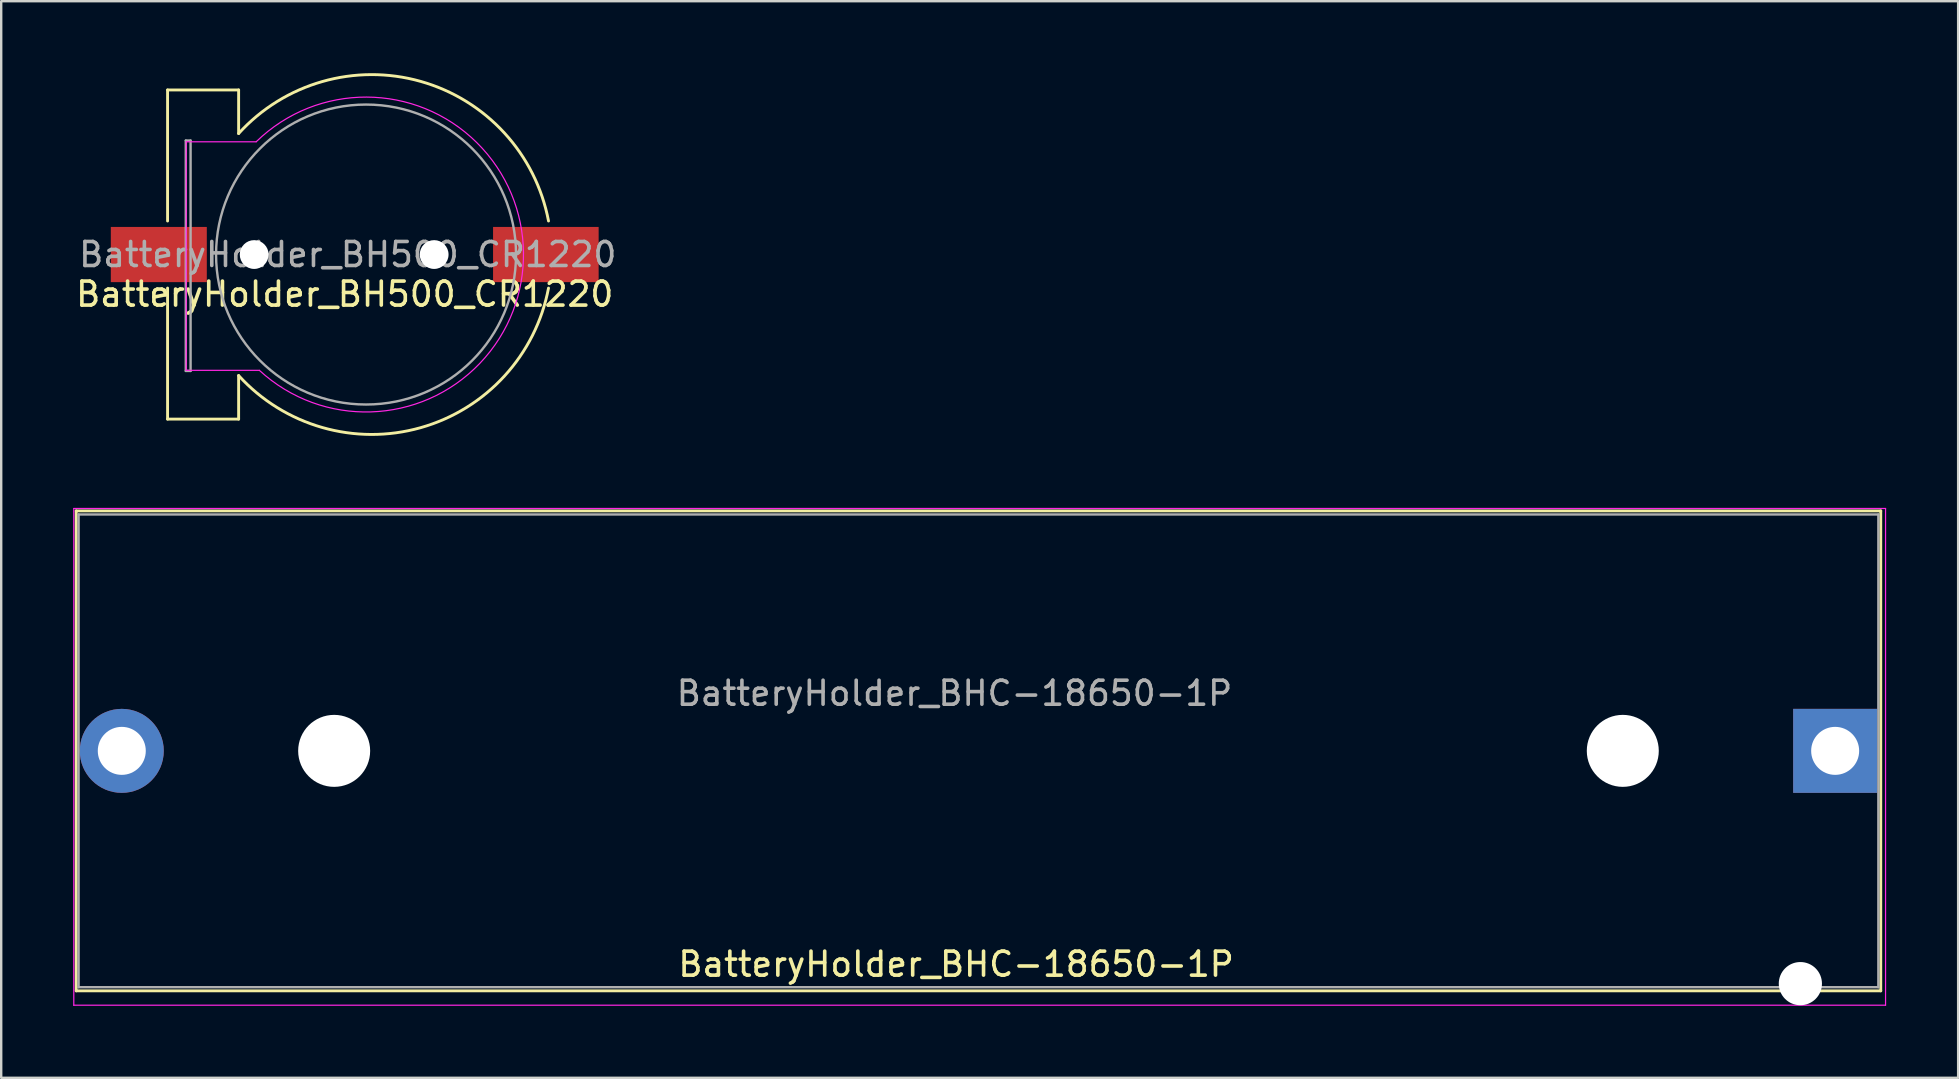
<source format=kicad_pcb>
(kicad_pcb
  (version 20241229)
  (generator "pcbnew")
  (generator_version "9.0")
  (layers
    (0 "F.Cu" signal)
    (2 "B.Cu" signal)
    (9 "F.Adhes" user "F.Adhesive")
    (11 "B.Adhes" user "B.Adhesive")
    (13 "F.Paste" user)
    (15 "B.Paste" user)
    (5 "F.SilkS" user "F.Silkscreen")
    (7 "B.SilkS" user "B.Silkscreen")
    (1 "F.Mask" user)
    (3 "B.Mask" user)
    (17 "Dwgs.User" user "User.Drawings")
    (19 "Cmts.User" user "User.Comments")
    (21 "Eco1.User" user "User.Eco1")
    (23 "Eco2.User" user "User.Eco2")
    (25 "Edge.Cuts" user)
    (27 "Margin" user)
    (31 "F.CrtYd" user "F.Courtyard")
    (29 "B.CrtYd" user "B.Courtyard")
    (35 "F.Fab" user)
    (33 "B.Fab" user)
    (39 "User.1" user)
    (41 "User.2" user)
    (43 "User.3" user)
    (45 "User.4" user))
  (footprint "BatteryHolder_BH500_CR1220"
    (layer "F.Cu")
    (at 11.742 7.557)
    (property "Reference" "BatteryHolder_BH500_CR1220" (at -0.427 1.651 0) (layer "F.SilkS") (effects (font (size 1 1) (thickness 0.15))))
    (attr smd)
    (fp_line (start -7.809 -6.858) (end -7.809 -1.397) (stroke (width 0.12) (type solid)) (layer "F.SilkS"))
    (fp_line (start -7.809 1.397) (end -7.809 6.858) (stroke (width 0.12) (type solid)) (layer "F.SilkS"))
    (fp_line (start -4.848 -6.858) (end -7.809 -6.858) (stroke (width 0.12) (type solid)) (layer "F.SilkS"))
    (fp_line (start -4.848 -5.043) (end -4.848 -6.858) (stroke (width 0.12) (type solid)) (layer "F.SilkS"))
    (fp_line (start -4.848 6.858) (end -7.809 6.858) (stroke (width 0.12) (type solid)) (layer "F.SilkS"))
    (fp_line (start -4.848 6.858) (end -4.848 5.043) (stroke (width 0.12) (type solid)) (layer "F.SilkS"))
    (fp_arc (start -4.847555 -5.043232) (mid 2.737263 -7.2152) (end 8.065999 -1.396999) (stroke (width 0.12) (type solid)) (layer "F.SilkS"))
    (fp_arc (start 8.065999 1.397) (mid 2.737262 7.2152) (end -4.847555 5.043232) (stroke (width 0.12) (type solid)) (layer "F.SilkS"))
    (fp_line (start -7.031 -4.699) (end -4.117 -4.699) (stroke (width 0.05) (type solid)) (layer "F.CrtYd"))
    (fp_line (start -7.031 4.826) (end -7.031 -4.699) (stroke (width 0.05) (type solid)) (layer "F.CrtYd"))
    (fp_line (start -7.031 4.826) (end -3.983 4.826) (stroke (width 0.05) (type solid)) (layer "F.CrtYd"))
    (fp_arc (start -4.116558 -4.69948) (mid 7.022476 -0.091985) (end -3.983 4.826) (stroke (width 0.05) (type solid)) (layer "F.CrtYd"))
    (fp_line (start -7.05 -4.75) (end -6.85 -4.75) (stroke (width 0.1) (type solid)) (layer "F.Fab"))
    (fp_line (start -7.05 4.85) (end -7.05 -4.75) (stroke (width 0.1) (type solid)) (layer "F.Fab"))
    (fp_line (start -7.05 4.85) (end -6.85 4.85) (stroke (width 0.1) (type solid)) (layer "F.Fab"))
    (fp_line (start -6.85 4.85) (end -6.85 -4.75) (stroke (width 0.1) (type solid)) (layer "F.Fab"))
    (fp_circle (center 0.462 0) (end -5.788 0) (stroke (width 0.1) (type solid)) (fill no) (layer "F.Fab"))
    (fp_text user "${REFERENCE}" (at -0.3 0 0) (layer "F.Fab") (effects (font (size 1 1) (thickness 0.15))))
    (pad "" np_thru_hole circle (at -4.2 0) (size 1.2 1.2) (drill 1.2) (layers "*.Cu" "*.Mask"))
    (pad "" np_thru_hole circle (at 3.3 0) (size 1.2 1.2) (drill 1.2) (layers "*.Cu" "*.Mask"))
    (pad "1" smd rect (at -8.174 0) (size 4 2.3) (layers "F.Cu" "F.Mask" "F.Paste"))
    (pad "2" smd rect (at 7.955 0) (size 4.4 2.3) (layers "F.Cu" "F.Mask" "F.Paste")))
  (footprint "BatteryHolder_BHC-18650-1P"
    (layer "F.Cu")
    (at 37.725 28.24)
    (property "Reference" "BatteryHolder_BHC-18650-1P" (at -0.932 8.89 0) (layer "F.SilkS") (effects (font (size 1 1) (thickness 0.15))))
    (attr through_hole)
    (fp_line (start -37.6 -10) (end 37.6 -10) (stroke (width 0.12) (type solid)) (layer "F.SilkS"))
    (fp_line (start -37.6 10) (end -37.6 -10) (stroke (width 0.12) (type solid)) (layer "F.SilkS"))
    (fp_line (start 37.6 -10) (end 37.6 10) (stroke (width 0.12) (type solid)) (layer "F.SilkS"))
    (fp_line (start 37.6 10) (end -37.6 10) (stroke (width 0.12) (type solid)) (layer "F.SilkS"))
    (fp_line (start -37.7 -10.1) (end 37.8 -10.1) (stroke (width 0.05) (type solid)) (layer "F.CrtYd"))
    (fp_line (start -37.7 10.6) (end -37.7 -10.1) (stroke (width 0.05) (type solid)) (layer "F.CrtYd"))
    (fp_line (start 37.8 -10.1) (end 37.8 10.6) (stroke (width 0.05) (type solid)) (layer "F.CrtYd"))
    (fp_line (start 37.8 10.6) (end -37.7 10.6) (stroke (width 0.05) (type solid)) (layer "F.CrtYd"))
    (fp_line (start -37.5 -9.85) (end 37.5 -9.85) (stroke (width 0.1) (type solid)) (layer "F.Fab"))
    (fp_line (start -37.5 9.85) (end -37.5 -9.85) (stroke (width 0.1) (type solid)) (layer "F.Fab"))
    (fp_line (start 37.5 -9.85) (end 37.5 9.85) (stroke (width 0.1) (type solid)) (layer "F.Fab"))
    (fp_line (start 37.5 9.85) (end -37.5 9.85) (stroke (width 0.1) (type solid)) (layer "F.Fab"))
    (fp_text user "${REFERENCE}" (at -1 -2.4 0) (layer "F.Fab") (effects (font (size 1 1) (thickness 0.15))))
    (pad "" np_thru_hole circle (at -26.85 0) (size 3 3) (drill 3) (layers "*.Cu" "*.Mask"))
    (pad "" np_thru_hole circle (at 26.85 0) (size 3 3) (drill 3) (layers "*.Cu" "*.Mask"))
    (pad "" np_thru_hole circle (at 34.25 9.7) (size 1.8 1.8) (drill 1.8) (layers "*.Cu" "*.Mask"))
    (pad "1" thru_hole rect (at 35.7 0) (size 3.5 3.5) (drill 2) (layers "*.Cu" "*.Mask"))
    (pad "2" thru_hole circle (at -35.7 0) (size 3.5 3.5) (drill 2) (layers "*.Cu" "*.Mask")))
  (gr_rect
    (start -3 -3)
    (end 78.55 41.865)
    (stroke (width 0.1) (type default))
    (fill no)
    (layer "Edge.Cuts")))
</source>
